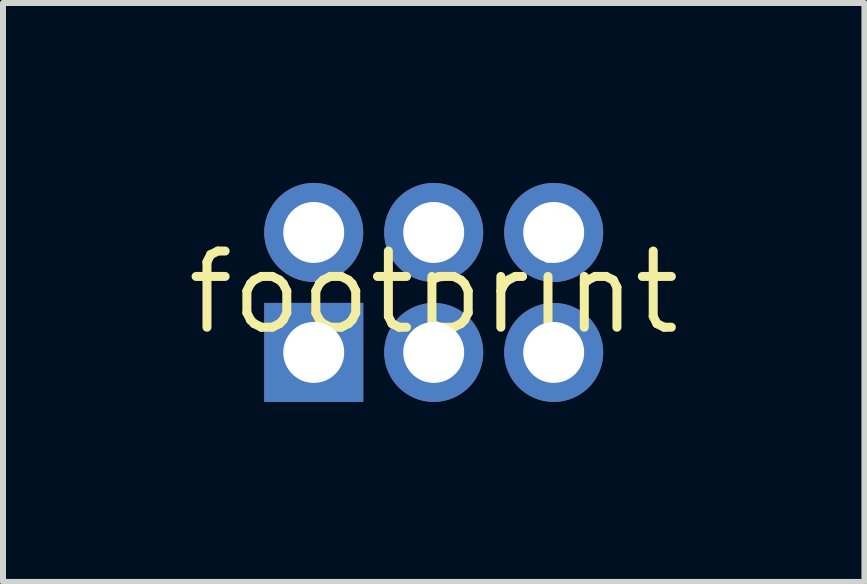
<source format=kicad_pcb>
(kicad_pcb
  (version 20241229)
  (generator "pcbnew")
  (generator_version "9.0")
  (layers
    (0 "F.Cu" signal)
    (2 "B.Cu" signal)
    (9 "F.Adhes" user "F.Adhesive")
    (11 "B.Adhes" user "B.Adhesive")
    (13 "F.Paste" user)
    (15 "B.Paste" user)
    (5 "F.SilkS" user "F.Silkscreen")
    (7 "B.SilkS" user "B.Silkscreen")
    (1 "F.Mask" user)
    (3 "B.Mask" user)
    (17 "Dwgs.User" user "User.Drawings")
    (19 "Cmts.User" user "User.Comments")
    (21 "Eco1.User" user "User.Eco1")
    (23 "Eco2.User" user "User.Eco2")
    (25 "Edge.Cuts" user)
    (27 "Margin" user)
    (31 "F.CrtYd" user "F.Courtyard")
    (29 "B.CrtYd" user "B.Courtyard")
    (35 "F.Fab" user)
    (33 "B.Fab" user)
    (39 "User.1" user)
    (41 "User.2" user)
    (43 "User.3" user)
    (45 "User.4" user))
  (footprint "footprint"
    (layer "F.Cu")
    (at 4.18 1.825)
    (property "Reference" "footprint" (at 0 0 0) (layer "F.SilkS") (effects (font (size 1.27 1.27) (thickness 0.15))))
    (pad "1" thru_hole rect (at -2 1) (size 1.651 1.651) (drill 1.016) (layers "*.Cu" "*.Mask"))
    (pad "2" thru_hole circle (at -2 -1) (size 1.651 1.651) (drill 1.016) (layers "*.Cu" "*.Mask"))
    (pad "3" thru_hole circle (at 0 1) (size 1.651 1.651) (drill 1.016) (layers "*.Cu" "*.Mask"))
    (pad "4" thru_hole circle (at 0 -1) (size 1.651 1.651) (drill 1.016) (layers "*.Cu" "*.Mask"))
    (pad "5" thru_hole circle (at 2 1) (size 1.651 1.651) (drill 1.016) (layers "*.Cu" "*.Mask"))
    (pad "6" thru_hole circle (at 2 -1) (size 1.651 1.651) (drill 1.016) (layers "*.Cu" "*.Mask")))
  (gr_rect
    (start -3 -3)
    (end 11.36 6.651)
    (stroke (width 0.1) (type default))
    (fill no)
    (layer "Edge.Cuts")))
</source>
